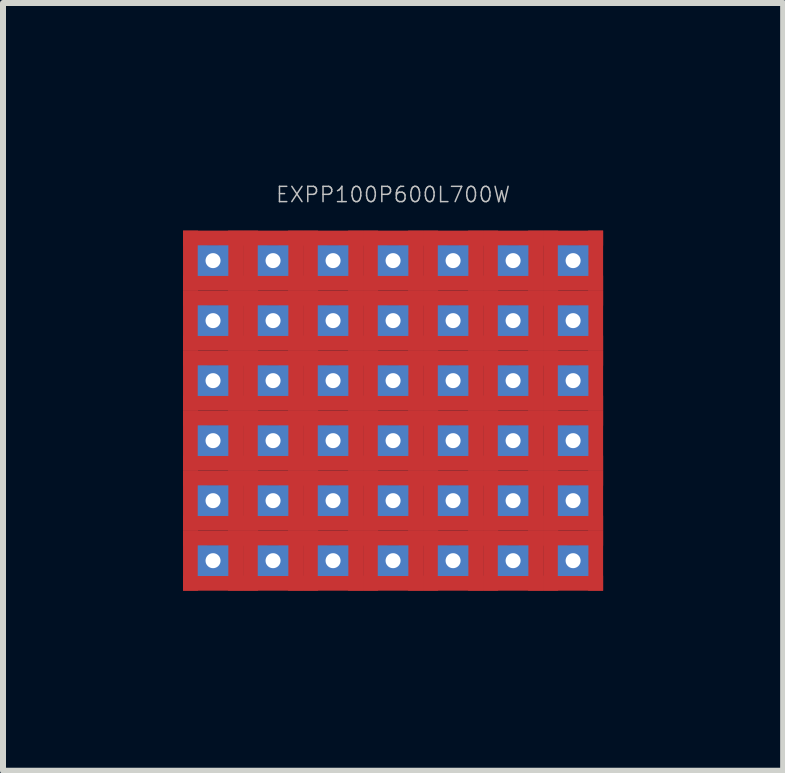
<source format=kicad_pcb>
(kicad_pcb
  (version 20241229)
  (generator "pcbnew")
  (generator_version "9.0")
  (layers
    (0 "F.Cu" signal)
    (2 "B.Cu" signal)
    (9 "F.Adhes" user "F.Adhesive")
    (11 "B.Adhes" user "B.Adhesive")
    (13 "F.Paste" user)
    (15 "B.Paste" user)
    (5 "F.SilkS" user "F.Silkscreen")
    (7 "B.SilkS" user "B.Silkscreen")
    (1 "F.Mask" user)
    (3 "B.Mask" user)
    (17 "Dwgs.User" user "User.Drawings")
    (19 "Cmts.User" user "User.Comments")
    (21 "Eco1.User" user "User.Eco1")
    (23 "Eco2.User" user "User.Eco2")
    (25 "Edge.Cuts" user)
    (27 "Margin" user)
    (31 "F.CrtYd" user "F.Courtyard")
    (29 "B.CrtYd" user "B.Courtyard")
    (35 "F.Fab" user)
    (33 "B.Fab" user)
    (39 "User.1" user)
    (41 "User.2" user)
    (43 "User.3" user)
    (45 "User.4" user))
  (footprint "EXPP100P600L700W"
    (layer "F.Cu")
    (at 3.5 3.793)
    (property "Reference" "EXPP100P600L700W" (at 0 -3.6 0) (layer "Dwgs.User") (effects (font (size 0.254 0.254) (thickness 0.025))))
    (attr smd)
    (pad "1" smd rect (at -3.375 -2.5) (size 0.25 1) (layers "F.Cu" "F.Mask"))
    (pad "1" smd rect (at -3.375 -1.5) (size 0.25 1) (layers "F.Cu" "F.Mask"))
    (pad "1" smd rect (at -3.375 -0.5) (size 0.25 1) (layers "F.Cu" "F.Mask"))
    (pad "1" smd rect (at -3.375 0.5) (size 0.25 1) (layers "F.Cu" "F.Mask"))
    (pad "1" smd rect (at -3.375 1.5) (size 0.25 1) (layers "F.Cu" "F.Mask"))
    (pad "1" smd rect (at -3.375 2.5) (size 0.25 1) (layers "F.Cu" "F.Mask"))
    (pad "1" smd rect (at -3.27 -2.77) (size 0.35 0.35) (layers "F.Cu" "F.Mask" "F.Paste"))
    (pad "1" smd rect (at -3.27 -2.23) (size 0.35 0.35) (layers "F.Cu" "F.Paste"))
    (pad "1" smd rect (at -3.27 -1.77) (size 0.35 0.35) (layers "F.Cu" "F.Mask" "F.Paste"))
    (pad "1" smd rect (at -3.27 -1.23) (size 0.35 0.35) (layers "F.Cu" "F.Paste"))
    (pad "1" smd rect (at -3.27 -0.77) (size 0.35 0.35) (layers "F.Cu" "F.Mask" "F.Paste"))
    (pad "1" smd rect (at -3.27 -0.23) (size 0.35 0.35) (layers "F.Cu" "F.Paste"))
    (pad "1" smd rect (at -3.27 0.23) (size 0.35 0.35) (layers "F.Cu" "F.Mask" "F.Paste"))
    (pad "1" smd rect (at -3.27 0.77) (size 0.35 0.35) (layers "F.Cu" "F.Paste"))
    (pad "1" smd rect (at -3.27 1.23) (size 0.35 0.35) (layers "F.Cu" "F.Mask" "F.Paste"))
    (pad "1" smd rect (at -3.27 1.77) (size 0.35 0.35) (layers "F.Cu" "F.Paste"))
    (pad "1" smd rect (at -3.27 2.23) (size 0.35 0.35) (layers "F.Cu" "F.Mask" "F.Paste"))
    (pad "1" smd rect (at -3.27 2.77) (size 0.35 0.35) (layers "F.Cu" "F.Paste"))
    (pad "1" smd rect (at -3 -2.875) (size 1 0.25) (layers "F.Cu" "F.Mask"))
    (pad "1" thru_hole rect (at -3 -2.5) (size 0.51 0.51) (drill 0.25) (layers "*.Cu"))
    (pad "1" smd rect (at -3 -2.125) (size 1 0.25) (layers "F.Cu" "F.Mask"))
    (pad "1" smd rect (at -3 -1.875) (size 1 0.25) (layers "F.Cu" "F.Mask"))
    (pad "1" thru_hole rect (at -3 -1.5) (size 0.51 0.51) (drill 0.25) (layers "*.Cu"))
    (pad "1" smd rect (at -3 -1.125) (size 1 0.25) (layers "F.Cu" "F.Mask"))
    (pad "1" smd rect (at -3 -0.875) (size 1 0.25) (layers "F.Cu" "F.Mask"))
    (pad "1" thru_hole rect (at -3 -0.5) (size 0.51 0.51) (drill 0.25) (layers "*.Cu"))
    (pad "1" smd rect (at -3 -0.125) (size 1 0.25) (layers "F.Cu" "F.Mask"))
    (pad "1" smd rect (at -3 0.125) (size 1 0.25) (layers "F.Cu" "F.Mask"))
    (pad "1" thru_hole rect (at -3 0.5) (size 0.51 0.51) (drill 0.25) (layers "*.Cu"))
    (pad "1" smd rect (at -3 0.875) (size 1 0.25) (layers "F.Cu" "F.Mask"))
    (pad "1" smd rect (at -3 1.125) (size 1 0.25) (layers "F.Cu" "F.Mask"))
    (pad "1" thru_hole rect (at -3 1.5) (size 0.51 0.51) (drill 0.25) (layers "*.Cu"))
    (pad "1" smd rect (at -3 1.875) (size 1 0.25) (layers "F.Cu" "F.Mask"))
    (pad "1" smd rect (at -3 2.125) (size 1 0.25) (layers "F.Cu" "F.Mask"))
    (pad "1" thru_hole rect (at -3 2.5) (size 0.51 0.51) (drill 0.25) (layers "*.Cu"))
    (pad "1" smd rect (at -3 2.875) (size 1 0.25) (layers "F.Cu" "F.Mask"))
    (pad "1" smd rect (at -2.73 -2.77) (size 0.35 0.35) (layers "F.Cu" "F.Paste"))
    (pad "1" smd rect (at -2.73 -2.23) (size 0.35 0.35) (layers "F.Cu" "F.Paste"))
    (pad "1" smd rect (at -2.73 -1.77) (size 0.35 0.35) (layers "F.Cu" "F.Paste"))
    (pad "1" smd rect (at -2.73 -1.23) (size 0.35 0.35) (layers "F.Cu" "F.Paste"))
    (pad "1" smd rect (at -2.73 -0.77) (size 0.35 0.35) (layers "F.Cu" "F.Paste"))
    (pad "1" smd rect (at -2.73 -0.23) (size 0.35 0.35) (layers "F.Cu" "F.Paste"))
    (pad "1" smd rect (at -2.73 0.23) (size 0.35 0.35) (layers "F.Cu" "F.Paste"))
    (pad "1" smd rect (at -2.73 0.77) (size 0.35 0.35) (layers "F.Cu" "F.Paste"))
    (pad "1" smd rect (at -2.73 1.23) (size 0.35 0.35) (layers "F.Cu" "F.Paste"))
    (pad "1" smd rect (at -2.73 1.77) (size 0.35 0.35) (layers "F.Cu" "F.Paste"))
    (pad "1" smd rect (at -2.73 2.23) (size 0.35 0.35) (layers "F.Cu" "F.Paste"))
    (pad "1" smd rect (at -2.73 2.77) (size 0.35 0.35) (layers "F.Cu" "F.Paste"))
    (pad "1" smd rect (at -2.625 -2.5) (size 0.25 1) (layers "F.Cu" "F.Mask"))
    (pad "1" smd rect (at -2.625 -1.5) (size 0.25 1) (layers "F.Cu" "F.Mask"))
    (pad "1" smd rect (at -2.625 -0.5) (size 0.25 1) (layers "F.Cu" "F.Mask"))
    (pad "1" smd rect (at -2.625 0.5) (size 0.25 1) (layers "F.Cu" "F.Mask"))
    (pad "1" smd rect (at -2.625 1.5) (size 0.25 1) (layers "F.Cu" "F.Mask"))
    (pad "1" smd rect (at -2.625 2.5) (size 0.25 1) (layers "F.Cu" "F.Mask"))
    (pad "1" smd rect (at -2.375 -2.5) (size 0.25 1) (layers "F.Cu" "F.Mask"))
    (pad "1" smd rect (at -2.375 -1.5) (size 0.25 1) (layers "F.Cu" "F.Mask"))
    (pad "1" smd rect (at -2.375 -0.5) (size 0.25 1) (layers "F.Cu" "F.Mask"))
    (pad "1" smd rect (at -2.375 0.5) (size 0.25 1) (layers "F.Cu" "F.Mask"))
    (pad "1" smd rect (at -2.375 1.5) (size 0.25 1) (layers "F.Cu" "F.Mask"))
    (pad "1" smd rect (at -2.375 2.5) (size 0.25 1) (layers "F.Cu" "F.Mask"))
    (pad "1" smd rect (at -2.27 -2.77) (size 0.35 0.35) (layers "F.Cu" "F.Mask" "F.Paste"))
    (pad "1" smd rect (at -2.27 -2.23) (size 0.35 0.35) (layers "F.Cu" "F.Paste"))
    (pad "1" smd rect (at -2.27 -1.77) (size 0.35 0.35) (layers "F.Cu" "F.Mask" "F.Paste"))
    (pad "1" smd rect (at -2.27 -1.23) (size 0.35 0.35) (layers "F.Cu" "F.Paste"))
    (pad "1" smd rect (at -2.27 -0.77) (size 0.35 0.35) (layers "F.Cu" "F.Mask" "F.Paste"))
    (pad "1" smd rect (at -2.27 -0.23) (size 0.35 0.35) (layers "F.Cu" "F.Paste"))
    (pad "1" smd rect (at -2.27 0.23) (size 0.35 0.35) (layers "F.Cu" "F.Mask" "F.Paste"))
    (pad "1" smd rect (at -2.27 0.77) (size 0.35 0.35) (layers "F.Cu" "F.Paste"))
    (pad "1" smd rect (at -2.27 1.23) (size 0.35 0.35) (layers "F.Cu" "F.Mask" "F.Paste"))
    (pad "1" smd rect (at -2.27 1.77) (size 0.35 0.35) (layers "F.Cu" "F.Paste"))
    (pad "1" smd rect (at -2.27 2.23) (size 0.35 0.35) (layers "F.Cu" "F.Mask" "F.Paste"))
    (pad "1" smd rect (at -2.27 2.77) (size 0.35 0.35) (layers "F.Cu" "F.Paste"))
    (pad "1" smd rect (at -2 -2.875) (size 1 0.25) (layers "F.Cu" "F.Mask"))
    (pad "1" thru_hole rect (at -2 -2.5) (size 0.51 0.51) (drill 0.25) (layers "*.Cu"))
    (pad "1" smd rect (at -2 -2.125) (size 1 0.25) (layers "F.Cu" "F.Mask"))
    (pad "1" smd rect (at -2 -1.875) (size 1 0.25) (layers "F.Cu" "F.Mask"))
    (pad "1" thru_hole rect (at -2 -1.5) (size 0.51 0.51) (drill 0.25) (layers "*.Cu"))
    (pad "1" smd rect (at -2 -1.125) (size 1 0.25) (layers "F.Cu" "F.Mask"))
    (pad "1" smd rect (at -2 -0.875) (size 1 0.25) (layers "F.Cu" "F.Mask"))
    (pad "1" thru_hole rect (at -2 -0.5) (size 0.51 0.51) (drill 0.25) (layers "*.Cu"))
    (pad "1" smd rect (at -2 -0.125) (size 1 0.25) (layers "F.Cu" "F.Mask"))
    (pad "1" smd rect (at -2 0.125) (size 1 0.25) (layers "F.Cu" "F.Mask"))
    (pad "1" thru_hole rect (at -2 0.5) (size 0.51 0.51) (drill 0.25) (layers "*.Cu"))
    (pad "1" smd rect (at -2 0.875) (size 1 0.25) (layers "F.Cu" "F.Mask"))
    (pad "1" smd rect (at -2 1.125) (size 1 0.25) (layers "F.Cu" "F.Mask"))
    (pad "1" thru_hole rect (at -2 1.5) (size 0.51 0.51) (drill 0.25) (layers "*.Cu"))
    (pad "1" smd rect (at -2 1.875) (size 1 0.25) (layers "F.Cu" "F.Mask"))
    (pad "1" smd rect (at -2 2.125) (size 1 0.25) (layers "F.Cu" "F.Mask"))
    (pad "1" thru_hole rect (at -2 2.5) (size 0.51 0.51) (drill 0.25) (layers "*.Cu"))
    (pad "1" smd rect (at -2 2.875) (size 1 0.25) (layers "F.Cu" "F.Mask"))
    (pad "1" smd rect (at -1.73 -2.77) (size 0.35 0.35) (layers "F.Cu" "F.Paste"))
    (pad "1" smd rect (at -1.73 -2.23) (size 0.35 0.35) (layers "F.Cu" "F.Paste"))
    (pad "1" smd rect (at -1.73 -1.77) (size 0.35 0.35) (layers "F.Cu" "F.Paste"))
    (pad "1" smd rect (at -1.73 -1.23) (size 0.35 0.35) (layers "F.Cu" "F.Paste"))
    (pad "1" smd rect (at -1.73 -0.77) (size 0.35 0.35) (layers "F.Cu" "F.Paste"))
    (pad "1" smd rect (at -1.73 -0.23) (size 0.35 0.35) (layers "F.Cu" "F.Paste"))
    (pad "1" smd rect (at -1.73 0.23) (size 0.35 0.35) (layers "F.Cu" "F.Paste"))
    (pad "1" smd rect (at -1.73 0.77) (size 0.35 0.35) (layers "F.Cu" "F.Paste"))
    (pad "1" smd rect (at -1.73 1.23) (size 0.35 0.35) (layers "F.Cu" "F.Paste"))
    (pad "1" smd rect (at -1.73 1.77) (size 0.35 0.35) (layers "F.Cu" "F.Paste"))
    (pad "1" smd rect (at -1.73 2.23) (size 0.35 0.35) (layers "F.Cu" "F.Paste"))
    (pad "1" smd rect (at -1.73 2.77) (size 0.35 0.35) (layers "F.Cu" "F.Paste"))
    (pad "1" smd rect (at -1.625 -2.5) (size 0.25 1) (layers "F.Cu" "F.Mask"))
    (pad "1" smd rect (at -1.625 -1.5) (size 0.25 1) (layers "F.Cu" "F.Mask"))
    (pad "1" smd rect (at -1.625 -0.5) (size 0.25 1) (layers "F.Cu" "F.Mask"))
    (pad "1" smd rect (at -1.625 0.5) (size 0.25 1) (layers "F.Cu" "F.Mask"))
    (pad "1" smd rect (at -1.625 1.5) (size 0.25 1) (layers "F.Cu" "F.Mask"))
    (pad "1" smd rect (at -1.625 2.5) (size 0.25 1) (layers "F.Cu" "F.Mask"))
    (pad "1" smd rect (at -1.375 -2.5) (size 0.25 1) (layers "F.Cu" "F.Mask"))
    (pad "1" smd rect (at -1.375 -1.5) (size 0.25 1) (layers "F.Cu" "F.Mask"))
    (pad "1" smd rect (at -1.375 -0.5) (size 0.25 1) (layers "F.Cu" "F.Mask"))
    (pad "1" smd rect (at -1.375 0.5) (size 0.25 1) (layers "F.Cu" "F.Mask"))
    (pad "1" smd rect (at -1.375 1.5) (size 0.25 1) (layers "F.Cu" "F.Mask"))
    (pad "1" smd rect (at -1.375 2.5) (size 0.25 1) (layers "F.Cu" "F.Mask"))
    (pad "1" smd rect (at -1.27 -2.77) (size 0.35 0.35) (layers "F.Cu" "F.Mask" "F.Paste"))
    (pad "1" smd rect (at -1.27 -2.23) (size 0.35 0.35) (layers "F.Cu" "F.Paste"))
    (pad "1" smd rect (at -1.27 -1.77) (size 0.35 0.35) (layers "F.Cu" "F.Mask" "F.Paste"))
    (pad "1" smd rect (at -1.27 -1.23) (size 0.35 0.35) (layers "F.Cu" "F.Paste"))
    (pad "1" smd rect (at -1.27 -0.77) (size 0.35 0.35) (layers "F.Cu" "F.Mask" "F.Paste"))
    (pad "1" smd rect (at -1.27 -0.23) (size 0.35 0.35) (layers "F.Cu" "F.Paste"))
    (pad "1" smd rect (at -1.27 0.23) (size 0.35 0.35) (layers "F.Cu" "F.Mask" "F.Paste"))
    (pad "1" smd rect (at -1.27 0.77) (size 0.35 0.35) (layers "F.Cu" "F.Paste"))
    (pad "1" smd rect (at -1.27 1.23) (size 0.35 0.35) (layers "F.Cu" "F.Mask" "F.Paste"))
    (pad "1" smd rect (at -1.27 1.77) (size 0.35 0.35) (layers "F.Cu" "F.Paste"))
    (pad "1" smd rect (at -1.27 2.23) (size 0.35 0.35) (layers "F.Cu" "F.Mask" "F.Paste"))
    (pad "1" smd rect (at -1.27 2.77) (size 0.35 0.35) (layers "F.Cu" "F.Paste"))
    (pad "1" smd rect (at -1 -2.875) (size 1 0.25) (layers "F.Cu" "F.Mask"))
    (pad "1" thru_hole rect (at -1 -2.5) (size 0.51 0.51) (drill 0.25) (layers "*.Cu"))
    (pad "1" smd rect (at -1 -2.125) (size 1 0.25) (layers "F.Cu" "F.Mask"))
    (pad "1" smd rect (at -1 -1.875) (size 1 0.25) (layers "F.Cu" "F.Mask"))
    (pad "1" thru_hole rect (at -1 -1.5) (size 0.51 0.51) (drill 0.25) (layers "*.Cu"))
    (pad "1" smd rect (at -1 -1.125) (size 1 0.25) (layers "F.Cu" "F.Mask"))
    (pad "1" smd rect (at -1 -0.875) (size 1 0.25) (layers "F.Cu" "F.Mask"))
    (pad "1" thru_hole rect (at -1 -0.5) (size 0.51 0.51) (drill 0.25) (layers "*.Cu"))
    (pad "1" smd rect (at -1 -0.125) (size 1 0.25) (layers "F.Cu" "F.Mask"))
    (pad "1" smd rect (at -1 0.125) (size 1 0.25) (layers "F.Cu" "F.Mask"))
    (pad "1" thru_hole rect (at -1 0.5) (size 0.51 0.51) (drill 0.25) (layers "*.Cu"))
    (pad "1" smd rect (at -1 0.875) (size 1 0.25) (layers "F.Cu" "F.Mask"))
    (pad "1" smd rect (at -1 1.125) (size 1 0.25) (layers "F.Cu" "F.Mask"))
    (pad "1" thru_hole rect (at -1 1.5) (size 0.51 0.51) (drill 0.25) (layers "*.Cu"))
    (pad "1" smd rect (at -1 1.875) (size 1 0.25) (layers "F.Cu" "F.Mask"))
    (pad "1" smd rect (at -1 2.125) (size 1 0.25) (layers "F.Cu" "F.Mask"))
    (pad "1" thru_hole rect (at -1 2.5) (size 0.51 0.51) (drill 0.25) (layers "*.Cu"))
    (pad "1" smd rect (at -1 2.875) (size 1 0.25) (layers "F.Cu" "F.Mask"))
    (pad "1" smd rect (at -0.73 -2.77) (size 0.35 0.35) (layers "F.Cu" "F.Paste"))
    (pad "1" smd rect (at -0.73 -2.23) (size 0.35 0.35) (layers "F.Cu" "F.Paste"))
    (pad "1" smd rect (at -0.73 -1.77) (size 0.35 0.35) (layers "F.Cu" "F.Paste"))
    (pad "1" smd rect (at -0.73 -1.23) (size 0.35 0.35) (layers "F.Cu" "F.Paste"))
    (pad "1" smd rect (at -0.73 -0.77) (size 0.35 0.35) (layers "F.Cu" "F.Paste"))
    (pad "1" smd rect (at -0.73 -0.23) (size 0.35 0.35) (layers "F.Cu" "F.Paste"))
    (pad "1" smd rect (at -0.73 0.23) (size 0.35 0.35) (layers "F.Cu" "F.Paste"))
    (pad "1" smd rect (at -0.73 0.77) (size 0.35 0.35) (layers "F.Cu" "F.Paste"))
    (pad "1" smd rect (at -0.73 1.23) (size 0.35 0.35) (layers "F.Cu" "F.Paste"))
    (pad "1" smd rect (at -0.73 1.77) (size 0.35 0.35) (layers "F.Cu" "F.Paste"))
    (pad "1" smd rect (at -0.73 2.23) (size 0.35 0.35) (layers "F.Cu" "F.Paste"))
    (pad "1" smd rect (at -0.73 2.77) (size 0.35 0.35) (layers "F.Cu" "F.Paste"))
    (pad "1" smd rect (at -0.625 -2.5) (size 0.25 1) (layers "F.Cu" "F.Mask"))
    (pad "1" smd rect (at -0.625 -1.5) (size 0.25 1) (layers "F.Cu" "F.Mask"))
    (pad "1" smd rect (at -0.625 -0.5) (size 0.25 1) (layers "F.Cu" "F.Mask"))
    (pad "1" smd rect (at -0.625 0.5) (size 0.25 1) (layers "F.Cu" "F.Mask"))
    (pad "1" smd rect (at -0.625 1.5) (size 0.25 1) (layers "F.Cu" "F.Mask"))
    (pad "1" smd rect (at -0.625 2.5) (size 0.25 1) (layers "F.Cu" "F.Mask"))
    (pad "1" smd rect (at -0.375 -2.5) (size 0.25 1) (layers "F.Cu" "F.Mask"))
    (pad "1" smd rect (at -0.375 -1.5) (size 0.25 1) (layers "F.Cu" "F.Mask"))
    (pad "1" smd rect (at -0.375 -0.5) (size 0.25 1) (layers "F.Cu" "F.Mask"))
    (pad "1" smd rect (at -0.375 0.5) (size 0.25 1) (layers "F.Cu" "F.Mask"))
    (pad "1" smd rect (at -0.375 1.5) (size 0.25 1) (layers "F.Cu" "F.Mask"))
    (pad "1" smd rect (at -0.375 2.5) (size 0.25 1) (layers "F.Cu" "F.Mask"))
    (pad "1" smd rect (at -0.27 -2.77) (size 0.35 0.35) (layers "F.Cu" "F.Mask" "F.Paste"))
    (pad "1" smd rect (at -0.27 -2.23) (size 0.35 0.35) (layers "F.Cu" "F.Paste"))
    (pad "1" smd rect (at -0.27 -1.77) (size 0.35 0.35) (layers "F.Cu" "F.Mask" "F.Paste"))
    (pad "1" smd rect (at -0.27 -1.23) (size 0.35 0.35) (layers "F.Cu" "F.Paste"))
    (pad "1" smd rect (at -0.27 -0.77) (size 0.35 0.35) (layers "F.Cu" "F.Mask" "F.Paste"))
    (pad "1" smd rect (at -0.27 -0.23) (size 0.35 0.35) (layers "F.Cu" "F.Paste"))
    (pad "1" smd rect (at -0.27 0.23) (size 0.35 0.35) (layers "F.Cu" "F.Mask" "F.Paste"))
    (pad "1" smd rect (at -0.27 0.77) (size 0.35 0.35) (layers "F.Cu" "F.Paste"))
    (pad "1" smd rect (at -0.27 1.23) (size 0.35 0.35) (layers "F.Cu" "F.Mask" "F.Paste"))
    (pad "1" smd rect (at -0.27 1.77) (size 0.35 0.35) (layers "F.Cu" "F.Paste"))
    (pad "1" smd rect (at -0.27 2.23) (size 0.35 0.35) (layers "F.Cu" "F.Mask" "F.Paste"))
    (pad "1" smd rect (at -0.27 2.77) (size 0.35 0.35) (layers "F.Cu" "F.Paste"))
    (pad "1" smd rect (at 0 -2.875) (size 1 0.25) (layers "F.Cu" "F.Mask"))
    (pad "1" thru_hole rect (at 0 -2.5) (size 0.51 0.51) (drill 0.25) (layers "*.Cu"))
    (pad "1" smd rect (at 0 -2.125) (size 1 0.25) (layers "F.Cu" "F.Mask"))
    (pad "1" smd rect (at 0 -1.875) (size 1 0.25) (layers "F.Cu" "F.Mask"))
    (pad "1" thru_hole rect (at 0 -1.5) (size 0.51 0.51) (drill 0.25) (layers "*.Cu"))
    (pad "1" smd rect (at 0 -1.125) (size 1 0.25) (layers "F.Cu" "F.Mask"))
    (pad "1" smd rect (at 0 -0.875) (size 1 0.25) (layers "F.Cu" "F.Mask"))
    (pad "1" thru_hole rect (at 0 -0.5) (size 0.51 0.51) (drill 0.25) (layers "*.Cu"))
    (pad "1" smd rect (at 0 -0.125) (size 1 0.25) (layers "F.Cu" "F.Mask"))
    (pad "1" smd rect (at 0 0.125) (size 1 0.25) (layers "F.Cu" "F.Mask"))
    (pad "1" thru_hole rect (at 0 0.5) (size 0.51 0.51) (drill 0.25) (layers "*.Cu"))
    (pad "1" smd rect (at 0 0.875) (size 1 0.25) (layers "F.Cu" "F.Mask"))
    (pad "1" smd rect (at 0 1.125) (size 1 0.25) (layers "F.Cu" "F.Mask"))
    (pad "1" thru_hole rect (at 0 1.5) (size 0.51 0.51) (drill 0.25) (layers "*.Cu"))
    (pad "1" smd rect (at 0 1.875) (size 1 0.25) (layers "F.Cu" "F.Mask"))
    (pad "1" smd rect (at 0 2.125) (size 1 0.25) (layers "F.Cu" "F.Mask"))
    (pad "1" thru_hole rect (at 0 2.5) (size 0.51 0.51) (drill 0.25) (layers "*.Cu"))
    (pad "1" smd rect (at 0 2.875) (size 1 0.25) (layers "F.Cu" "F.Mask"))
    (pad "1" smd rect (at 0.27 -2.77) (size 0.35 0.35) (layers "F.Cu" "F.Paste"))
    (pad "1" smd rect (at 0.27 -2.23) (size 0.35 0.35) (layers "F.Cu" "F.Paste"))
    (pad "1" smd rect (at 0.27 -1.77) (size 0.35 0.35) (layers "F.Cu" "F.Paste"))
    (pad "1" smd rect (at 0.27 -1.23) (size 0.35 0.35) (layers "F.Cu" "F.Paste"))
    (pad "1" smd rect (at 0.27 -0.77) (size 0.35 0.35) (layers "F.Cu" "F.Paste"))
    (pad "1" smd rect (at 0.27 -0.23) (size 0.35 0.35) (layers "F.Cu" "F.Paste"))
    (pad "1" smd rect (at 0.27 0.23) (size 0.35 0.35) (layers "F.Cu" "F.Paste"))
    (pad "1" smd rect (at 0.27 0.77) (size 0.35 0.35) (layers "F.Cu" "F.Paste"))
    (pad "1" smd rect (at 0.27 1.23) (size 0.35 0.35) (layers "F.Cu" "F.Paste"))
    (pad "1" smd rect (at 0.27 1.77) (size 0.35 0.35) (layers "F.Cu" "F.Paste"))
    (pad "1" smd rect (at 0.27 2.23) (size 0.35 0.35) (layers "F.Cu" "F.Paste"))
    (pad "1" smd rect (at 0.27 2.77) (size 0.35 0.35) (layers "F.Cu" "F.Paste"))
    (pad "1" smd rect (at 0.375 -2.5) (size 0.25 1) (layers "F.Cu" "F.Mask"))
    (pad "1" smd rect (at 0.375 -1.5) (size 0.25 1) (layers "F.Cu" "F.Mask"))
    (pad "1" smd rect (at 0.375 -0.5) (size 0.25 1) (layers "F.Cu" "F.Mask"))
    (pad "1" smd rect (at 0.375 0.5) (size 0.25 1) (layers "F.Cu" "F.Mask"))
    (pad "1" smd rect (at 0.375 1.5) (size 0.25 1) (layers "F.Cu" "F.Mask"))
    (pad "1" smd rect (at 0.375 2.5) (size 0.25 1) (layers "F.Cu" "F.Mask"))
    (pad "1" smd rect (at 0.625 -2.5) (size 0.25 1) (layers "F.Cu" "F.Mask"))
    (pad "1" smd rect (at 0.625 -1.5) (size 0.25 1) (layers "F.Cu" "F.Mask"))
    (pad "1" smd rect (at 0.625 -0.5) (size 0.25 1) (layers "F.Cu" "F.Mask"))
    (pad "1" smd rect (at 0.625 0.5) (size 0.25 1) (layers "F.Cu" "F.Mask"))
    (pad "1" smd rect (at 0.625 1.5) (size 0.25 1) (layers "F.Cu" "F.Mask"))
    (pad "1" smd rect (at 0.625 2.5) (size 0.25 1) (layers "F.Cu" "F.Mask"))
    (pad "1" smd rect (at 0.73 -2.77) (size 0.35 0.35) (layers "F.Cu" "F.Mask" "F.Paste"))
    (pad "1" smd rect (at 0.73 -2.23) (size 0.35 0.35) (layers "F.Cu" "F.Paste"))
    (pad "1" smd rect (at 0.73 -1.77) (size 0.35 0.35) (layers "F.Cu" "F.Mask" "F.Paste"))
    (pad "1" smd rect (at 0.73 -1.23) (size 0.35 0.35) (layers "F.Cu" "F.Paste"))
    (pad "1" smd rect (at 0.73 -0.77) (size 0.35 0.35) (layers "F.Cu" "F.Mask" "F.Paste"))
    (pad "1" smd rect (at 0.73 -0.23) (size 0.35 0.35) (layers "F.Cu" "F.Paste"))
    (pad "1" smd rect (at 0.73 0.23) (size 0.35 0.35) (layers "F.Cu" "F.Mask" "F.Paste"))
    (pad "1" smd rect (at 0.73 0.77) (size 0.35 0.35) (layers "F.Cu" "F.Paste"))
    (pad "1" smd rect (at 0.73 1.23) (size 0.35 0.35) (layers "F.Cu" "F.Mask" "F.Paste"))
    (pad "1" smd rect (at 0.73 1.77) (size 0.35 0.35) (layers "F.Cu" "F.Paste"))
    (pad "1" smd rect (at 0.73 2.23) (size 0.35 0.35) (layers "F.Cu" "F.Mask" "F.Paste"))
    (pad "1" smd rect (at 0.73 2.77) (size 0.35 0.35) (layers "F.Cu" "F.Paste"))
    (pad "1" smd rect (at 1 -2.875) (size 1 0.25) (layers "F.Cu" "F.Mask"))
    (pad "1" thru_hole rect (at 1 -2.5) (size 0.51 0.51) (drill 0.25) (layers "*.Cu"))
    (pad "1" smd rect (at 1 -2.125) (size 1 0.25) (layers "F.Cu" "F.Mask"))
    (pad "1" smd rect (at 1 -1.875) (size 1 0.25) (layers "F.Cu" "F.Mask"))
    (pad "1" thru_hole rect (at 1 -1.5) (size 0.51 0.51) (drill 0.25) (layers "*.Cu"))
    (pad "1" smd rect (at 1 -1.125) (size 1 0.25) (layers "F.Cu" "F.Mask"))
    (pad "1" smd rect (at 1 -0.875) (size 1 0.25) (layers "F.Cu" "F.Mask"))
    (pad "1" thru_hole rect (at 1 -0.5) (size 0.51 0.51) (drill 0.25) (layers "*.Cu"))
    (pad "1" smd rect (at 1 -0.125) (size 1 0.25) (layers "F.Cu" "F.Mask"))
    (pad "1" smd rect (at 1 0.125) (size 1 0.25) (layers "F.Cu" "F.Mask"))
    (pad "1" thru_hole rect (at 1 0.5) (size 0.51 0.51) (drill 0.25) (layers "*.Cu"))
    (pad "1" smd rect (at 1 0.875) (size 1 0.25) (layers "F.Cu" "F.Mask"))
    (pad "1" smd rect (at 1 1.125) (size 1 0.25) (layers "F.Cu" "F.Mask"))
    (pad "1" thru_hole rect (at 1 1.5) (size 0.51 0.51) (drill 0.25) (layers "*.Cu"))
    (pad "1" smd rect (at 1 1.875) (size 1 0.25) (layers "F.Cu" "F.Mask"))
    (pad "1" smd rect (at 1 2.125) (size 1 0.25) (layers "F.Cu" "F.Mask"))
    (pad "1" thru_hole rect (at 1 2.5) (size 0.51 0.51) (drill 0.25) (layers "*.Cu"))
    (pad "1" smd rect (at 1 2.875) (size 1 0.25) (layers "F.Cu" "F.Mask"))
    (pad "1" smd rect (at 1.27 -2.77) (size 0.35 0.35) (layers "F.Cu" "F.Paste"))
    (pad "1" smd rect (at 1.27 -2.23) (size 0.35 0.35) (layers "F.Cu" "F.Paste"))
    (pad "1" smd rect (at 1.27 -1.77) (size 0.35 0.35) (layers "F.Cu" "F.Paste"))
    (pad "1" smd rect (at 1.27 -1.23) (size 0.35 0.35) (layers "F.Cu" "F.Paste"))
    (pad "1" smd rect (at 1.27 -0.77) (size 0.35 0.35) (layers "F.Cu" "F.Paste"))
    (pad "1" smd rect (at 1.27 -0.23) (size 0.35 0.35) (layers "F.Cu" "F.Paste"))
    (pad "1" smd rect (at 1.27 0.23) (size 0.35 0.35) (layers "F.Cu" "F.Paste"))
    (pad "1" smd rect (at 1.27 0.77) (size 0.35 0.35) (layers "F.Cu" "F.Paste"))
    (pad "1" smd rect (at 1.27 1.23) (size 0.35 0.35) (layers "F.Cu" "F.Paste"))
    (pad "1" smd rect (at 1.27 1.77) (size 0.35 0.35) (layers "F.Cu" "F.Paste"))
    (pad "1" smd rect (at 1.27 2.23) (size 0.35 0.35) (layers "F.Cu" "F.Paste"))
    (pad "1" smd rect (at 1.27 2.77) (size 0.35 0.35) (layers "F.Cu" "F.Paste"))
    (pad "1" smd rect (at 1.375 -2.5) (size 0.25 1) (layers "F.Cu" "F.Mask"))
    (pad "1" smd rect (at 1.375 -1.5) (size 0.25 1) (layers "F.Cu" "F.Mask"))
    (pad "1" smd rect (at 1.375 -0.5) (size 0.25 1) (layers "F.Cu" "F.Mask"))
    (pad "1" smd rect (at 1.375 0.5) (size 0.25 1) (layers "F.Cu" "F.Mask"))
    (pad "1" smd rect (at 1.375 1.5) (size 0.25 1) (layers "F.Cu" "F.Mask"))
    (pad "1" smd rect (at 1.375 2.5) (size 0.25 1) (layers "F.Cu" "F.Mask"))
    (pad "1" smd rect (at 1.625 -2.5) (size 0.25 1) (layers "F.Cu" "F.Mask"))
    (pad "1" smd rect (at 1.625 -1.5) (size 0.25 1) (layers "F.Cu" "F.Mask"))
    (pad "1" smd rect (at 1.625 -0.5) (size 0.25 1) (layers "F.Cu" "F.Mask"))
    (pad "1" smd rect (at 1.625 0.5) (size 0.25 1) (layers "F.Cu" "F.Mask"))
    (pad "1" smd rect (at 1.625 1.5) (size 0.25 1) (layers "F.Cu" "F.Mask"))
    (pad "1" smd rect (at 1.625 2.5) (size 0.25 1) (layers "F.Cu" "F.Mask"))
    (pad "1" smd rect (at 1.73 -2.77) (size 0.35 0.35) (layers "F.Cu" "F.Mask" "F.Paste"))
    (pad "1" smd rect (at 1.73 -2.23) (size 0.35 0.35) (layers "F.Cu" "F.Paste"))
    (pad "1" smd rect (at 1.73 -1.77) (size 0.35 0.35) (layers "F.Cu" "F.Mask" "F.Paste"))
    (pad "1" smd rect (at 1.73 -1.23) (size 0.35 0.35) (layers "F.Cu" "F.Paste"))
    (pad "1" smd rect (at 1.73 -0.77) (size 0.35 0.35) (layers "F.Cu" "F.Mask" "F.Paste"))
    (pad "1" smd rect (at 1.73 -0.23) (size 0.35 0.35) (layers "F.Cu" "F.Paste"))
    (pad "1" smd rect (at 1.73 0.23) (size 0.35 0.35) (layers "F.Cu" "F.Mask" "F.Paste"))
    (pad "1" smd rect (at 1.73 0.77) (size 0.35 0.35) (layers "F.Cu" "F.Paste"))
    (pad "1" smd rect (at 1.73 1.23) (size 0.35 0.35) (layers "F.Cu" "F.Mask" "F.Paste"))
    (pad "1" smd rect (at 1.73 1.77) (size 0.35 0.35) (layers "F.Cu" "F.Paste"))
    (pad "1" smd rect (at 1.73 2.23) (size 0.35 0.35) (layers "F.Cu" "F.Mask" "F.Paste"))
    (pad "1" smd rect (at 1.73 2.77) (size 0.35 0.35) (layers "F.Cu" "F.Paste"))
    (pad "1" smd rect (at 2 -2.875) (size 1 0.25) (layers "F.Cu" "F.Mask"))
    (pad "1" thru_hole rect (at 2 -2.5) (size 0.51 0.51) (drill 0.25) (layers "*.Cu"))
    (pad "1" smd rect (at 2 -2.125) (size 1 0.25) (layers "F.Cu" "F.Mask"))
    (pad "1" smd rect (at 2 -1.875) (size 1 0.25) (layers "F.Cu" "F.Mask"))
    (pad "1" thru_hole rect (at 2 -1.5) (size 0.51 0.51) (drill 0.25) (layers "*.Cu"))
    (pad "1" smd rect (at 2 -1.125) (size 1 0.25) (layers "F.Cu" "F.Mask"))
    (pad "1" smd rect (at 2 -0.875) (size 1 0.25) (layers "F.Cu" "F.Mask"))
    (pad "1" thru_hole rect (at 2 -0.5) (size 0.51 0.51) (drill 0.25) (layers "*.Cu"))
    (pad "1" smd rect (at 2 -0.125) (size 1 0.25) (layers "F.Cu" "F.Mask"))
    (pad "1" smd rect (at 2 0.125) (size 1 0.25) (layers "F.Cu" "F.Mask"))
    (pad "1" thru_hole rect (at 2 0.5) (size 0.51 0.51) (drill 0.25) (layers "*.Cu"))
    (pad "1" smd rect (at 2 0.875) (size 1 0.25) (layers "F.Cu" "F.Mask"))
    (pad "1" smd rect (at 2 1.125) (size 1 0.25) (layers "F.Cu" "F.Mask"))
    (pad "1" thru_hole rect (at 2 1.5) (size 0.51 0.51) (drill 0.25) (layers "*.Cu"))
    (pad "1" smd rect (at 2 1.875) (size 1 0.25) (layers "F.Cu" "F.Mask"))
    (pad "1" smd rect (at 2 2.125) (size 1 0.25) (layers "F.Cu" "F.Mask"))
    (pad "1" thru_hole rect (at 2 2.5) (size 0.51 0.51) (drill 0.25) (layers "*.Cu"))
    (pad "1" smd rect (at 2 2.875) (size 1 0.25) (layers "F.Cu" "F.Mask"))
    (pad "1" smd rect (at 2.27 -2.77) (size 0.35 0.35) (layers "F.Cu" "F.Paste"))
    (pad "1" smd rect (at 2.27 -2.23) (size 0.35 0.35) (layers "F.Cu" "F.Paste"))
    (pad "1" smd rect (at 2.27 -1.77) (size 0.35 0.35) (layers "F.Cu" "F.Paste"))
    (pad "1" smd rect (at 2.27 -1.23) (size 0.35 0.35) (layers "F.Cu" "F.Paste"))
    (pad "1" smd rect (at 2.27 -0.77) (size 0.35 0.35) (layers "F.Cu" "F.Paste"))
    (pad "1" smd rect (at 2.27 -0.23) (size 0.35 0.35) (layers "F.Cu" "F.Paste"))
    (pad "1" smd rect (at 2.27 0.23) (size 0.35 0.35) (layers "F.Cu" "F.Paste"))
    (pad "1" smd rect (at 2.27 0.77) (size 0.35 0.35) (layers "F.Cu" "F.Paste"))
    (pad "1" smd rect (at 2.27 1.23) (size 0.35 0.35) (layers "F.Cu" "F.Paste"))
    (pad "1" smd rect (at 2.27 1.77) (size 0.35 0.35) (layers "F.Cu" "F.Paste"))
    (pad "1" smd rect (at 2.27 2.23) (size 0.35 0.35) (layers "F.Cu" "F.Paste"))
    (pad "1" smd rect (at 2.27 2.77) (size 0.35 0.35) (layers "F.Cu" "F.Paste"))
    (pad "1" smd rect (at 2.375 -2.5) (size 0.25 1) (layers "F.Cu" "F.Mask"))
    (pad "1" smd rect (at 2.375 -1.5) (size 0.25 1) (layers "F.Cu" "F.Mask"))
    (pad "1" smd rect (at 2.375 -0.5) (size 0.25 1) (layers "F.Cu" "F.Mask"))
    (pad "1" smd rect (at 2.375 0.5) (size 0.25 1) (layers "F.Cu" "F.Mask"))
    (pad "1" smd rect (at 2.375 1.5) (size 0.25 1) (layers "F.Cu" "F.Mask"))
    (pad "1" smd rect (at 2.375 2.5) (size 0.25 1) (layers "F.Cu" "F.Mask"))
    (pad "1" smd rect (at 2.625 -2.5) (size 0.25 1) (layers "F.Cu" "F.Mask"))
    (pad "1" smd rect (at 2.625 -1.5) (size 0.25 1) (layers "F.Cu" "F.Mask"))
    (pad "1" smd rect (at 2.625 -0.5) (size 0.25 1) (layers "F.Cu" "F.Mask"))
    (pad "1" smd rect (at 2.625 0.5) (size 0.25 1) (layers "F.Cu" "F.Mask"))
    (pad "1" smd rect (at 2.625 1.5) (size 0.25 1) (layers "F.Cu" "F.Mask"))
    (pad "1" smd rect (at 2.625 2.5) (size 0.25 1) (layers "F.Cu" "F.Mask"))
    (pad "1" smd rect (at 2.73 -2.77) (size 0.35 0.35) (layers "F.Cu" "F.Mask" "F.Paste"))
    (pad "1" smd rect (at 2.73 -2.23) (size 0.35 0.35) (layers "F.Cu" "F.Paste"))
    (pad "1" smd rect (at 2.73 -1.77) (size 0.35 0.35) (layers "F.Cu" "F.Mask" "F.Paste"))
    (pad "1" smd rect (at 2.73 -1.23) (size 0.35 0.35) (layers "F.Cu" "F.Paste"))
    (pad "1" smd rect (at 2.73 -0.77) (size 0.35 0.35) (layers "F.Cu" "F.Mask" "F.Paste"))
    (pad "1" smd rect (at 2.73 -0.23) (size 0.35 0.35) (layers "F.Cu" "F.Paste"))
    (pad "1" smd rect (at 2.73 0.23) (size 0.35 0.35) (layers "F.Cu" "F.Mask" "F.Paste"))
    (pad "1" smd rect (at 2.73 0.77) (size 0.35 0.35) (layers "F.Cu" "F.Paste"))
    (pad "1" smd rect (at 2.73 1.23) (size 0.35 0.35) (layers "F.Cu" "F.Mask" "F.Paste"))
    (pad "1" smd rect (at 2.73 1.77) (size 0.35 0.35) (layers "F.Cu" "F.Paste"))
    (pad "1" smd rect (at 2.73 2.23) (size 0.35 0.35) (layers "F.Cu" "F.Mask" "F.Paste"))
    (pad "1" smd rect (at 2.73 2.77) (size 0.35 0.35) (layers "F.Cu" "F.Paste"))
    (pad "1" smd rect (at 3 -2.875) (size 1 0.25) (layers "F.Cu" "F.Mask"))
    (pad "1" thru_hole rect (at 3 -2.5) (size 0.51 0.51) (drill 0.25) (layers "*.Cu"))
    (pad "1" smd rect (at 3 -2.125) (size 1 0.25) (layers "F.Cu" "F.Mask"))
    (pad "1" smd rect (at 3 -1.875) (size 1 0.25) (layers "F.Cu" "F.Mask"))
    (pad "1" thru_hole rect (at 3 -1.5) (size 0.51 0.51) (drill 0.25) (layers "*.Cu"))
    (pad "1" smd rect (at 3 -1.125) (size 1 0.25) (layers "F.Cu" "F.Mask"))
    (pad "1" smd rect (at 3 -0.875) (size 1 0.25) (layers "F.Cu" "F.Mask"))
    (pad "1" thru_hole rect (at 3 -0.5) (size 0.51 0.51) (drill 0.25) (layers "*.Cu"))
    (pad "1" smd rect (at 3 -0.125) (size 1 0.25) (layers "F.Cu" "F.Mask"))
    (pad "1" smd rect (at 3 0.125) (size 1 0.25) (layers "F.Cu" "F.Mask"))
    (pad "1" thru_hole rect (at 3 0.5) (size 0.51 0.51) (drill 0.25) (layers "*.Cu"))
    (pad "1" smd rect (at 3 0.875) (size 1 0.25) (layers "F.Cu" "F.Mask"))
    (pad "1" smd rect (at 3 1.125) (size 1 0.25) (layers "F.Cu" "F.Mask"))
    (pad "1" thru_hole rect (at 3 1.5) (size 0.51 0.51) (drill 0.25) (layers "*.Cu"))
    (pad "1" smd rect (at 3 1.875) (size 1 0.25) (layers "F.Cu" "F.Mask"))
    (pad "1" smd rect (at 3 2.125) (size 1 0.25) (layers "F.Cu" "F.Mask"))
    (pad "1" thru_hole rect (at 3 2.5) (size 0.51 0.51) (drill 0.25) (layers "*.Cu"))
    (pad "1" smd rect (at 3 2.875) (size 1 0.25) (layers "F.Cu" "F.Mask"))
    (pad "1" smd rect (at 3.27 -2.77) (size 0.35 0.35) (layers "F.Cu" "F.Paste"))
    (pad "1" smd rect (at 3.27 -2.23) (size 0.35 0.35) (layers "F.Cu" "F.Paste"))
    (pad "1" smd rect (at 3.27 -1.77) (size 0.35 0.35) (layers "F.Cu" "F.Paste"))
    (pad "1" smd rect (at 3.27 -1.23) (size 0.35 0.35) (layers "F.Cu" "F.Paste"))
    (pad "1" smd rect (at 3.27 -0.77) (size 0.35 0.35) (layers "F.Cu" "F.Paste"))
    (pad "1" smd rect (at 3.27 -0.23) (size 0.35 0.35) (layers "F.Cu" "F.Paste"))
    (pad "1" smd rect (at 3.27 0.23) (size 0.35 0.35) (layers "F.Cu" "F.Paste"))
    (pad "1" smd rect (at 3.27 0.77) (size 0.35 0.35) (layers "F.Cu" "F.Paste"))
    (pad "1" smd rect (at 3.27 1.23) (size 0.35 0.35) (layers "F.Cu" "F.Paste"))
    (pad "1" smd rect (at 3.27 1.77) (size 0.35 0.35) (layers "F.Cu" "F.Paste"))
    (pad "1" smd rect (at 3.27 2.23) (size 0.35 0.35) (layers "F.Cu" "F.Paste"))
    (pad "1" smd rect (at 3.27 2.77) (size 0.35 0.35) (layers "F.Cu" "F.Paste"))
    (pad "1" smd rect (at 3.375 -2.5) (size 0.25 1) (layers "F.Cu" "F.Mask"))
    (pad "1" smd rect (at 3.375 -1.5) (size 0.25 1) (layers "F.Cu" "F.Mask"))
    (pad "1" smd rect (at 3.375 -0.5) (size 0.25 1) (layers "F.Cu" "F.Mask"))
    (pad "1" smd rect (at 3.375 0.5) (size 0.25 1) (layers "F.Cu" "F.Mask"))
    (pad "1" smd rect (at 3.375 1.5) (size 0.25 1) (layers "F.Cu" "F.Mask"))
    (pad "1" smd rect (at 3.375 2.5) (size 0.25 1) (layers "F.Cu" "F.Mask")))
  (gr_rect
    (start -3 -3)
    (end 10 9.793)
    (stroke (width 0.1) (type default))
    (fill no)
    (layer "Edge.Cuts")))
</source>
